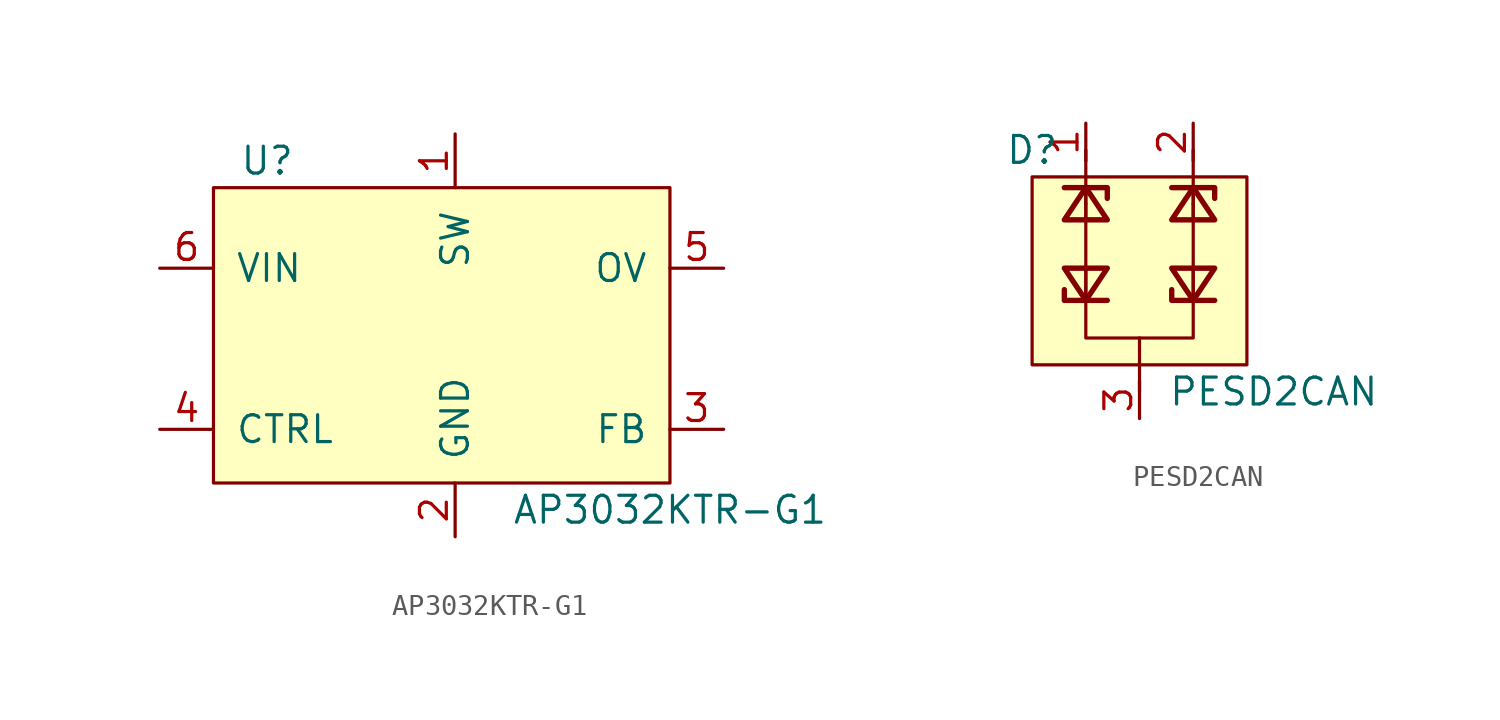
<source format=kicad_sym>
(kicad_symbol_lib
  (version 20241209)
  (generator "kicad_symbol_editor")
  (generator_version "9.0")
  (symbol "AP3032KTR-G1"
    (pin_names
      (offset 1.016))
    (property "Reference" "U"
      (at -8.89 8.89 0)
      (effects (font (size 1.27 1.27))))
    (property "Value" "AP3032KTR-G1"
      (at 10.16 -7.62 0)
      (effects (font (size 1.27 1.27))))
    (symbol "AP3032KTR-G1_0_1"
      (rectangle (start -11.43 7.62) (end 10.16 -6.35) (stroke (width 0) (type solid)) (fill (type background))))
    (symbol "AP3032KTR-G1_1_1"
      (pin input line (at -13.97 3.81 0) (length 2.54) (name "VIN" (effects (font (size 1.27 1.27)))) (number "6" (effects (font (size 1.27 1.27)))))
      (pin input line (at -13.97 -3.81 0) (length 2.54) (name "CTRL" (effects (font (size 1.27 1.27)))) (number "4" (effects (font (size 1.27 1.27)))))
      (pin input line (at 0 10.16 270) (length 2.54) (name "SW" (effects (font (size 1.27 1.27)))) (number "1" (effects (font (size 1.27 1.27)))))
      (pin input line (at 0 -8.89 90) (length 2.54) (name "GND" (effects (font (size 1.27 1.27)))) (number "2" (effects (font (size 1.27 1.27)))))
      (pin input line (at 12.7 3.81 180) (length 2.54) (name "OV" (effects (font (size 1.27 1.27)))) (number "5" (effects (font (size 1.27 1.27)))))
      (pin input line (at 12.7 -3.81 180) (length 2.54) (name "FB" (effects (font (size 1.27 1.27)))) (number "3" (effects (font (size 1.27 1.27)))))))
  (symbol "PESD2CAN"
    (pin_names
      (offset 1.016)
      (hide yes))
    (property "Reference" "D"
      (at -5.08 5.08 0)
      (effects (font (size 1.27 1.27))))
    (property "Value" "PESD2CAN"
      (at 6.35 -6.35 0)
      (effects (font (size 1.27 1.27))))
    (symbol "PESD2CAN_0_1"
      (rectangle (start -5.08 3.81) (end 5.08 -5.08) (stroke (width 0) (type solid)) (fill (type background)))
      (polyline (pts (xy -2.54 5.08) (xy -2.54 2.54)) (stroke (width 0) (type solid)) (fill (type none)))
      (polyline (pts (xy -2.54 2.54) (xy -2.54 -3.81) (xy 2.54 -3.81) (xy 2.54 2.54)) (stroke (width 0) (type solid)) (fill (type none)))
      (polyline (pts (xy 0 -5.08) (xy 0 -3.81)) (stroke (width 0) (type solid)) (fill (type none)))
      (polyline (pts (xy 0 -6.35) (xy 0 -5.08)) (stroke (width 0) (type solid)) (fill (type none)))
      (polyline (pts (xy 2.54 5.08) (xy 2.54 2.54)) (stroke (width 0) (type solid)) (fill (type none))))
    (symbol "PESD2CAN_1_1"
      (polyline (pts (xy -3.556 -0.508) (xy -2.54 -2.032) (xy -1.524 -0.508) (xy -3.556 -0.508)) (stroke (width 0.254) (type solid)) (fill (type none)))
      (polyline (pts (xy -3.556 -1.524) (xy -3.556 -2.032) (xy -1.524 -2.032)) (stroke (width 0.254) (type solid)) (fill (type none)))
      (polyline (pts (xy -2.54 1.778) (xy -2.54 3.302)) (stroke (width 0) (type solid)) (fill (type none)))
      (polyline (pts (xy -2.54 -0.508) (xy -2.54 -2.032)) (stroke (width 0) (type solid)) (fill (type none)))
      (polyline (pts (xy -1.524 2.794) (xy -1.524 3.302) (xy -3.556 3.302)) (stroke (width 0.254) (type solid)) (fill (type none)))
      (polyline (pts (xy -1.524 1.778) (xy -2.54 3.302) (xy -3.556 1.778) (xy -1.524 1.778)) (stroke (width 0.254) (type solid)) (fill (type none)))
      (polyline (pts (xy 1.524 -0.508) (xy 2.54 -2.032) (xy 3.556 -0.508) (xy 1.524 -0.508)) (stroke (width 0.254) (type solid)) (fill (type none)))
      (polyline (pts (xy 1.524 -1.524) (xy 1.524 -2.032) (xy 3.556 -2.032)) (stroke (width 0.254) (type solid)) (fill (type none)))
      (polyline (pts (xy 2.54 1.778) (xy 2.54 3.302)) (stroke (width 0) (type solid)) (fill (type none)))
      (polyline (pts (xy 2.54 -0.508) (xy 2.54 -2.032)) (stroke (width 0) (type solid)) (fill (type none)))
      (polyline (pts (xy 3.556 2.794) (xy 3.556 3.302) (xy 1.524 3.302)) (stroke (width 0.254) (type solid)) (fill (type none)))
      (polyline (pts (xy 3.556 1.778) (xy 2.54 3.302) (xy 1.524 1.778) (xy 3.556 1.778)) (stroke (width 0.254) (type solid)) (fill (type none)))
      (pin passive line (at -2.54 6.35 270) (length 1.778) (name "A1" (effects (font (size 1.27 1.27)))) (number "1" (effects (font (size 1.27 1.27)))))
      (pin passive line (at 0 -7.62 90) (length 1.778) (name "G" (effects (font (size 1.27 1.27)))) (number "3" (effects (font (size 1.27 1.27)))))
      (pin passive line (at 2.54 6.35 270) (length 1.778) (name "A2" (effects (font (size 1.27 1.27)))) (number "2" (effects (font (size 1.27 1.27))))))))
</source>
